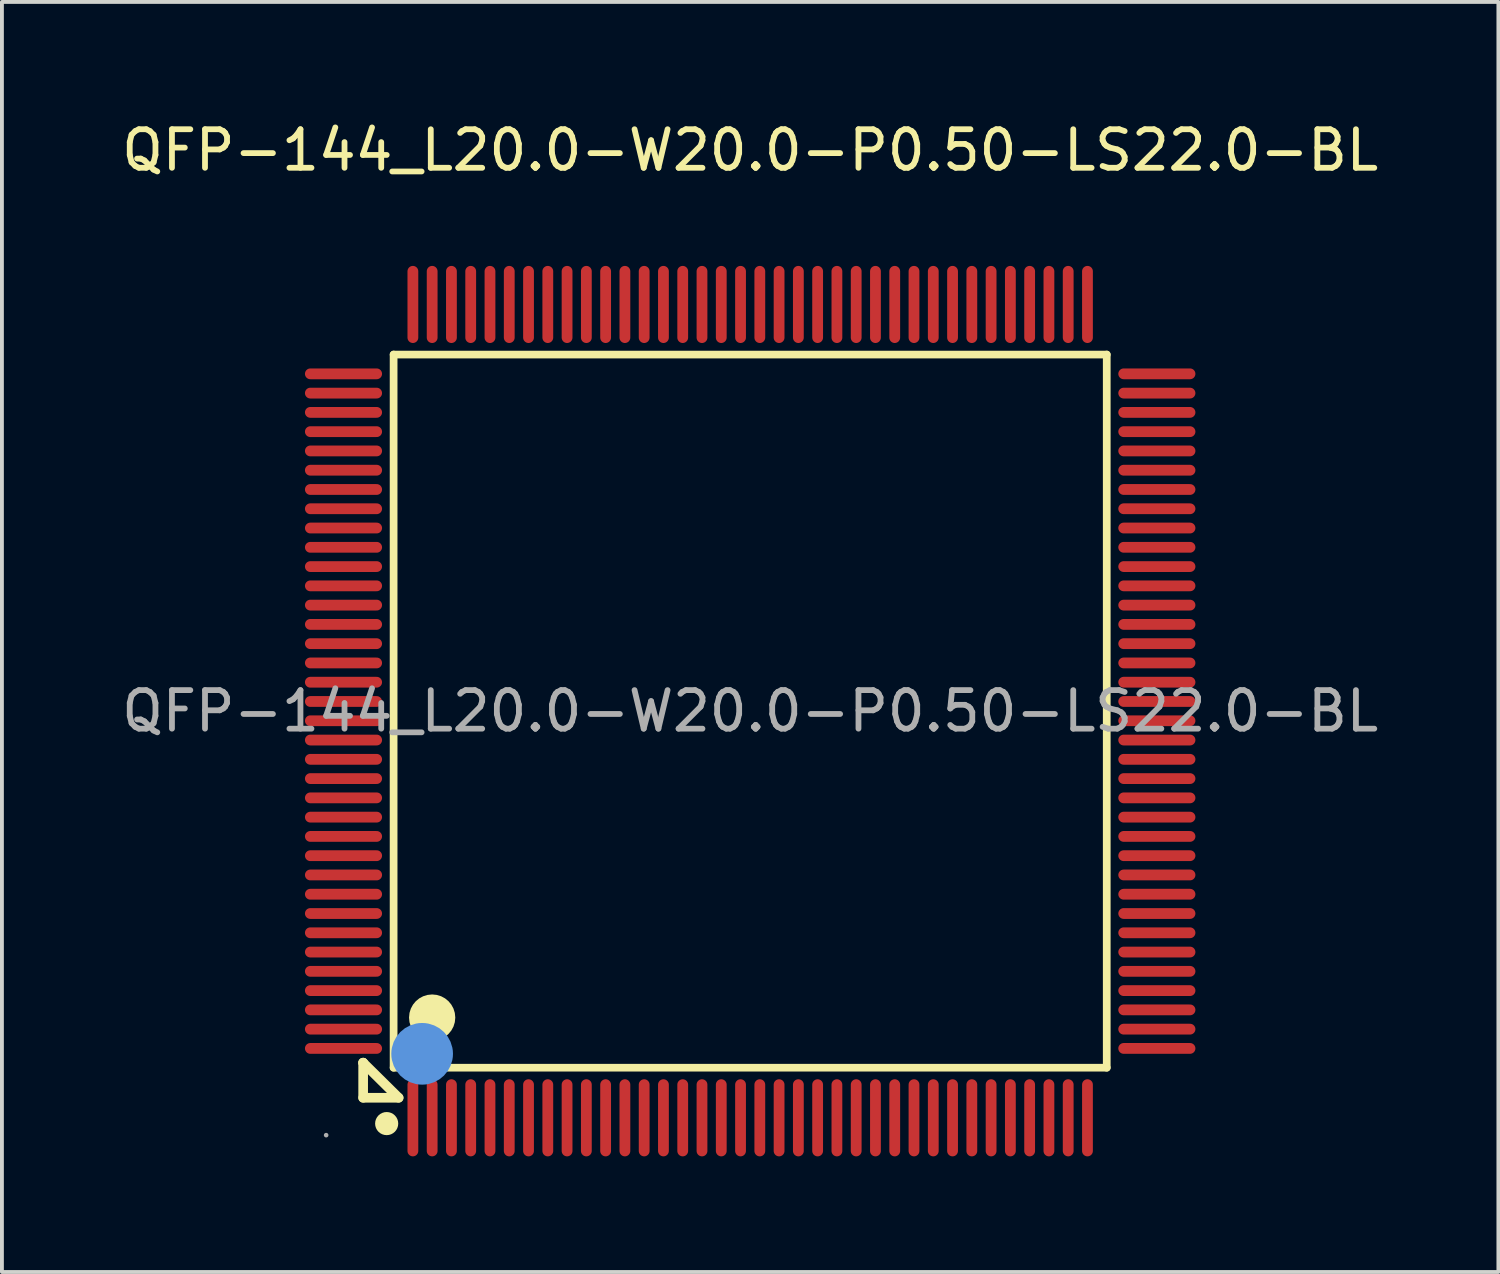
<source format=kicad_pcb>
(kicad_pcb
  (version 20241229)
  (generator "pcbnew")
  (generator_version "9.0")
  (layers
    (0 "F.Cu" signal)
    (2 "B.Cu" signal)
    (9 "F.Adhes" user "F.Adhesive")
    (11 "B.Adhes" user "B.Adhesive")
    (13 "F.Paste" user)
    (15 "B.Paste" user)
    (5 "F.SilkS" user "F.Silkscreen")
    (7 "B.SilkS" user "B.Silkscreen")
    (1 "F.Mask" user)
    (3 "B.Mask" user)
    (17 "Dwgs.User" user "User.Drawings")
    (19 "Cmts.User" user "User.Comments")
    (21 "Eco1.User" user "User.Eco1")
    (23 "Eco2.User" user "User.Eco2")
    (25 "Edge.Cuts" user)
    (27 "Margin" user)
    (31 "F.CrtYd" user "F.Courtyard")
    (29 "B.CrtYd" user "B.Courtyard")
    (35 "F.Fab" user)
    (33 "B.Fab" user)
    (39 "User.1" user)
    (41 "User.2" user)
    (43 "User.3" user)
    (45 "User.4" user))
  (footprint "QFP-144_L20.0-W20.0-P0.50-LS22.0-BL"
    (layer "F.Cu")
    (at 16.411 15.398)
    (property "Reference" "QFP-144_L20.0-W20.0-P0.50-LS22.0-BL" (at 0 -14.55 0) (layer "F.SilkS") (effects (font (size 1 1) (thickness 0.15))))
    (attr through_hole)
    (fp_line (start -10.04 9.12) (end -10.04 9.12) (stroke (width 0.25) (type solid)) (layer "F.SilkS"))
    (fp_line (start -10.04 9.12) (end -10.04 10.03) (stroke (width 0.25) (type solid)) (layer "F.SilkS"))
    (fp_line (start -10.04 9.12) (end -9.12 10.03) (stroke (width 0.25) (type solid)) (layer "F.SilkS"))
    (fp_line (start -10.04 10.03) (end -9.12 10.03) (stroke (width 0.25) (type solid)) (layer "F.SilkS"))
    (fp_line (start -9.25 -9.25) (end 9.25 -9.25) (stroke (width 0.2) (type solid)) (layer "F.SilkS"))
    (fp_line (start -9.25 9.25) (end -9.25 -9.25) (stroke (width 0.2) (type solid)) (layer "F.SilkS"))
    (fp_line (start 9.25 -9.25) (end 9.25 9.25) (stroke (width 0.2) (type solid)) (layer "F.SilkS"))
    (fp_line (start 9.25 9.25) (end -9.25 9.25) (stroke (width 0.2) (type solid)) (layer "F.SilkS"))
    (fp_arc (start -9.43 10.7) (mid -9.43 10.7) (end -9.43 10.7) (stroke (width 0.3) (type solid)) (layer "F.SilkS"))
    (fp_arc (start -8.25 7.95) (mid -8.25 7.95) (end -8.25 7.95) (stroke (width 0.6) (type solid)) (layer "F.SilkS"))
    (fp_circle (center -8.51 8.89) (end -8.11 8.89) (stroke (width 0.8) (type solid)) (fill no) (layer "Cmts.User"))
    (fp_circle (center -11 11) (end -10.97 11) (stroke (width 0.06) (type solid)) (fill no) (layer "F.Fab"))
    (fp_text user "${REFERENCE}" (at 0 0 0) (layer "F.Fab") (effects (font (size 1 1) (thickness 0.15))))
    (pad "1" smd oval (at -8.75 10.55 180) (size 0.28 2) (layers "F.Cu" "F.Mask" "F.Paste"))
    (pad "2" smd oval (at -8.25 10.55 180) (size 0.28 2) (layers "F.Cu" "F.Mask" "F.Paste"))
    (pad "3" smd oval (at -7.75 10.55 180) (size 0.28 2) (layers "F.Cu" "F.Mask" "F.Paste"))
    (pad "4" smd oval (at -7.25 10.55 180) (size 0.28 2) (layers "F.Cu" "F.Mask" "F.Paste"))
    (pad "5" smd oval (at -6.75 10.55 180) (size 0.28 2) (layers "F.Cu" "F.Mask" "F.Paste"))
    (pad "6" smd oval (at -6.25 10.55 180) (size 0.28 2) (layers "F.Cu" "F.Mask" "F.Paste"))
    (pad "7" smd oval (at -5.75 10.55 180) (size 0.28 2) (layers "F.Cu" "F.Mask" "F.Paste"))
    (pad "8" smd oval (at -5.25 10.55 180) (size 0.28 2) (layers "F.Cu" "F.Mask" "F.Paste"))
    (pad "9" smd oval (at -4.75 10.55 180) (size 0.28 2) (layers "F.Cu" "F.Mask" "F.Paste"))
    (pad "10" smd oval (at -4.25 10.55 180) (size 0.28 2) (layers "F.Cu" "F.Mask" "F.Paste"))
    (pad "11" smd oval (at -3.75 10.55 180) (size 0.28 2) (layers "F.Cu" "F.Mask" "F.Paste"))
    (pad "12" smd oval (at -3.25 10.55 180) (size 0.28 2) (layers "F.Cu" "F.Mask" "F.Paste"))
    (pad "13" smd oval (at -2.75 10.55 180) (size 0.28 2) (layers "F.Cu" "F.Mask" "F.Paste"))
    (pad "14" smd oval (at -2.25 10.55 180) (size 0.28 2) (layers "F.Cu" "F.Mask" "F.Paste"))
    (pad "15" smd oval (at -1.75 10.55 180) (size 0.28 2) (layers "F.Cu" "F.Mask" "F.Paste"))
    (pad "16" smd oval (at -1.25 10.55 180) (size 0.28 2) (layers "F.Cu" "F.Mask" "F.Paste"))
    (pad "17" smd oval (at -0.75 10.55 180) (size 0.28 2) (layers "F.Cu" "F.Mask" "F.Paste"))
    (pad "18" smd oval (at -0.25 10.55 180) (size 0.28 2) (layers "F.Cu" "F.Mask" "F.Paste"))
    (pad "19" smd oval (at 0.25 10.55 180) (size 0.28 2) (layers "F.Cu" "F.Mask" "F.Paste"))
    (pad "20" smd oval (at 0.75 10.55 180) (size 0.28 2) (layers "F.Cu" "F.Mask" "F.Paste"))
    (pad "21" smd oval (at 1.25 10.55 180) (size 0.28 2) (layers "F.Cu" "F.Mask" "F.Paste"))
    (pad "22" smd oval (at 1.75 10.55 180) (size 0.28 2) (layers "F.Cu" "F.Mask" "F.Paste"))
    (pad "23" smd oval (at 2.25 10.55 180) (size 0.28 2) (layers "F.Cu" "F.Mask" "F.Paste"))
    (pad "24" smd oval (at 2.75 10.55 180) (size 0.28 2) (layers "F.Cu" "F.Mask" "F.Paste"))
    (pad "25" smd oval (at 3.25 10.55 180) (size 0.28 2) (layers "F.Cu" "F.Mask" "F.Paste"))
    (pad "26" smd oval (at 3.75 10.55 180) (size 0.28 2) (layers "F.Cu" "F.Mask" "F.Paste"))
    (pad "27" smd oval (at 4.25 10.55 180) (size 0.28 2) (layers "F.Cu" "F.Mask" "F.Paste"))
    (pad "28" smd oval (at 4.75 10.55 180) (size 0.28 2) (layers "F.Cu" "F.Mask" "F.Paste"))
    (pad "29" smd oval (at 5.25 10.55 180) (size 0.28 2) (layers "F.Cu" "F.Mask" "F.Paste"))
    (pad "30" smd oval (at 5.75 10.55 180) (size 0.28 2) (layers "F.Cu" "F.Mask" "F.Paste"))
    (pad "31" smd oval (at 6.25 10.55 180) (size 0.28 2) (layers "F.Cu" "F.Mask" "F.Paste"))
    (pad "32" smd oval (at 6.75 10.55 180) (size 0.28 2) (layers "F.Cu" "F.Mask" "F.Paste"))
    (pad "33" smd oval (at 7.25 10.55 180) (size 0.28 2) (layers "F.Cu" "F.Mask" "F.Paste"))
    (pad "34" smd oval (at 7.75 10.55 180) (size 0.28 2) (layers "F.Cu" "F.Mask" "F.Paste"))
    (pad "35" smd oval (at 8.25 10.55 180) (size 0.28 2) (layers "F.Cu" "F.Mask" "F.Paste"))
    (pad "36" smd oval (at 8.75 10.55 180) (size 0.28 2) (layers "F.Cu" "F.Mask" "F.Paste"))
    (pad "37" smd oval (at 10.55 8.75 90) (size 0.28 2) (layers "F.Cu" "F.Mask" "F.Paste"))
    (pad "38" smd oval (at 10.55 8.25 90) (size 0.28 2) (layers "F.Cu" "F.Mask" "F.Paste"))
    (pad "39" smd oval (at 10.55 7.75 90) (size 0.28 2) (layers "F.Cu" "F.Mask" "F.Paste"))
    (pad "40" smd oval (at 10.55 7.25 90) (size 0.28 2) (layers "F.Cu" "F.Mask" "F.Paste"))
    (pad "41" smd oval (at 10.55 6.75 90) (size 0.28 2) (layers "F.Cu" "F.Mask" "F.Paste"))
    (pad "42" smd oval (at 10.55 6.25 90) (size 0.28 2) (layers "F.Cu" "F.Mask" "F.Paste"))
    (pad "43" smd oval (at 10.55 5.75 90) (size 0.28 2) (layers "F.Cu" "F.Mask" "F.Paste"))
    (pad "44" smd oval (at 10.55 5.25 90) (size 0.28 2) (layers "F.Cu" "F.Mask" "F.Paste"))
    (pad "45" smd oval (at 10.55 4.75 90) (size 0.28 2) (layers "F.Cu" "F.Mask" "F.Paste"))
    (pad "46" smd oval (at 10.55 4.25 90) (size 0.28 2) (layers "F.Cu" "F.Mask" "F.Paste"))
    (pad "47" smd oval (at 10.55 3.75 90) (size 0.28 2) (layers "F.Cu" "F.Mask" "F.Paste"))
    (pad "48" smd oval (at 10.55 3.25 90) (size 0.28 2) (layers "F.Cu" "F.Mask" "F.Paste"))
    (pad "49" smd oval (at 10.55 2.75 90) (size 0.28 2) (layers "F.Cu" "F.Mask" "F.Paste"))
    (pad "50" smd oval (at 10.55 2.25 90) (size 0.28 2) (layers "F.Cu" "F.Mask" "F.Paste"))
    (pad "51" smd oval (at 10.55 1.75 90) (size 0.28 2) (layers "F.Cu" "F.Mask" "F.Paste"))
    (pad "52" smd oval (at 10.55 1.25 90) (size 0.28 2) (layers "F.Cu" "F.Mask" "F.Paste"))
    (pad "53" smd oval (at 10.55 0.75 90) (size 0.28 2) (layers "F.Cu" "F.Mask" "F.Paste"))
    (pad "54" smd oval (at 10.55 0.25 90) (size 0.28 2) (layers "F.Cu" "F.Mask" "F.Paste"))
    (pad "55" smd oval (at 10.55 -0.25 90) (size 0.28 2) (layers "F.Cu" "F.Mask" "F.Paste"))
    (pad "56" smd oval (at 10.55 -0.75 90) (size 0.28 2) (layers "F.Cu" "F.Mask" "F.Paste"))
    (pad "57" smd oval (at 10.55 -1.25 90) (size 0.28 2) (layers "F.Cu" "F.Mask" "F.Paste"))
    (pad "58" smd oval (at 10.55 -1.75 90) (size 0.28 2) (layers "F.Cu" "F.Mask" "F.Paste"))
    (pad "59" smd oval (at 10.55 -2.25 90) (size 0.28 2) (layers "F.Cu" "F.Mask" "F.Paste"))
    (pad "60" smd oval (at 10.55 -2.75 90) (size 0.28 2) (layers "F.Cu" "F.Mask" "F.Paste"))
    (pad "61" smd oval (at 10.55 -3.25 90) (size 0.28 2) (layers "F.Cu" "F.Mask" "F.Paste"))
    (pad "62" smd oval (at 10.55 -3.75 90) (size 0.28 2) (layers "F.Cu" "F.Mask" "F.Paste"))
    (pad "63" smd oval (at 10.55 -4.25 90) (size 0.28 2) (layers "F.Cu" "F.Mask" "F.Paste"))
    (pad "64" smd oval (at 10.55 -4.75 90) (size 0.28 2) (layers "F.Cu" "F.Mask" "F.Paste"))
    (pad "65" smd oval (at 10.55 -5.25 90) (size 0.28 2) (layers "F.Cu" "F.Mask" "F.Paste"))
    (pad "66" smd oval (at 10.55 -5.75 90) (size 0.28 2) (layers "F.Cu" "F.Mask" "F.Paste"))
    (pad "67" smd oval (at 10.55 -6.25 90) (size 0.28 2) (layers "F.Cu" "F.Mask" "F.Paste"))
    (pad "68" smd oval (at 10.55 -6.75 90) (size 0.28 2) (layers "F.Cu" "F.Mask" "F.Paste"))
    (pad "69" smd oval (at 10.55 -7.25 90) (size 0.28 2) (layers "F.Cu" "F.Mask" "F.Paste"))
    (pad "70" smd oval (at 10.55 -7.75 90) (size 0.28 2) (layers "F.Cu" "F.Mask" "F.Paste"))
    (pad "71" smd oval (at 10.55 -8.25 90) (size 0.28 2) (layers "F.Cu" "F.Mask" "F.Paste"))
    (pad "72" smd oval (at 10.55 -8.75 90) (size 0.28 2) (layers "F.Cu" "F.Mask" "F.Paste"))
    (pad "73" smd oval (at 8.75 -10.55 180) (size 0.28 2) (layers "F.Cu" "F.Mask" "F.Paste"))
    (pad "74" smd oval (at 8.25 -10.55 180) (size 0.28 2) (layers "F.Cu" "F.Mask" "F.Paste"))
    (pad "75" smd oval (at 7.75 -10.55 180) (size 0.28 2) (layers "F.Cu" "F.Mask" "F.Paste"))
    (pad "76" smd oval (at 7.25 -10.55 180) (size 0.28 2) (layers "F.Cu" "F.Mask" "F.Paste"))
    (pad "77" smd oval (at 6.75 -10.55 180) (size 0.28 2) (layers "F.Cu" "F.Mask" "F.Paste"))
    (pad "78" smd oval (at 6.25 -10.55 180) (size 0.28 2) (layers "F.Cu" "F.Mask" "F.Paste"))
    (pad "79" smd oval (at 5.75 -10.55 180) (size 0.28 2) (layers "F.Cu" "F.Mask" "F.Paste"))
    (pad "80" smd oval (at 5.25 -10.55 180) (size 0.28 2) (layers "F.Cu" "F.Mask" "F.Paste"))
    (pad "81" smd oval (at 4.75 -10.55 180) (size 0.28 2) (layers "F.Cu" "F.Mask" "F.Paste"))
    (pad "82" smd oval (at 4.25 -10.55 180) (size 0.28 2) (layers "F.Cu" "F.Mask" "F.Paste"))
    (pad "83" smd oval (at 3.75 -10.55 180) (size 0.28 2) (layers "F.Cu" "F.Mask" "F.Paste"))
    (pad "84" smd oval (at 3.25 -10.55 180) (size 0.28 2) (layers "F.Cu" "F.Mask" "F.Paste"))
    (pad "85" smd oval (at 2.75 -10.55 180) (size 0.28 2) (layers "F.Cu" "F.Mask" "F.Paste"))
    (pad "86" smd oval (at 2.25 -10.55 180) (size 0.28 2) (layers "F.Cu" "F.Mask" "F.Paste"))
    (pad "87" smd oval (at 1.75 -10.55 180) (size 0.28 2) (layers "F.Cu" "F.Mask" "F.Paste"))
    (pad "88" smd oval (at 1.25 -10.55 180) (size 0.28 2) (layers "F.Cu" "F.Mask" "F.Paste"))
    (pad "89" smd oval (at 0.75 -10.55 180) (size 0.28 2) (layers "F.Cu" "F.Mask" "F.Paste"))
    (pad "90" smd oval (at 0.25 -10.55 180) (size 0.28 2) (layers "F.Cu" "F.Mask" "F.Paste"))
    (pad "91" smd oval (at -0.25 -10.55 180) (size 0.28 2) (layers "F.Cu" "F.Mask" "F.Paste"))
    (pad "92" smd oval (at -0.75 -10.55 180) (size 0.28 2) (layers "F.Cu" "F.Mask" "F.Paste"))
    (pad "93" smd oval (at -1.25 -10.55 180) (size 0.28 2) (layers "F.Cu" "F.Mask" "F.Paste"))
    (pad "94" smd oval (at -1.75 -10.55 180) (size 0.28 2) (layers "F.Cu" "F.Mask" "F.Paste"))
    (pad "95" smd oval (at -2.25 -10.55 180) (size 0.28 2) (layers "F.Cu" "F.Mask" "F.Paste"))
    (pad "96" smd oval (at -2.75 -10.55 180) (size 0.28 2) (layers "F.Cu" "F.Mask" "F.Paste"))
    (pad "97" smd oval (at -3.25 -10.55 180) (size 0.28 2) (layers "F.Cu" "F.Mask" "F.Paste"))
    (pad "98" smd oval (at -3.75 -10.55 180) (size 0.28 2) (layers "F.Cu" "F.Mask" "F.Paste"))
    (pad "99" smd oval (at -4.25 -10.55 180) (size 0.28 2) (layers "F.Cu" "F.Mask" "F.Paste"))
    (pad "100" smd oval (at -4.75 -10.55 180) (size 0.28 2) (layers "F.Cu" "F.Mask" "F.Paste"))
    (pad "101" smd oval (at -5.25 -10.55 180) (size 0.28 2) (layers "F.Cu" "F.Mask" "F.Paste"))
    (pad "102" smd oval (at -5.75 -10.55 180) (size 0.28 2) (layers "F.Cu" "F.Mask" "F.Paste"))
    (pad "103" smd oval (at -6.25 -10.55 180) (size 0.28 2) (layers "F.Cu" "F.Mask" "F.Paste"))
    (pad "104" smd oval (at -6.75 -10.55 180) (size 0.28 2) (layers "F.Cu" "F.Mask" "F.Paste"))
    (pad "105" smd oval (at -7.25 -10.55 180) (size 0.28 2) (layers "F.Cu" "F.Mask" "F.Paste"))
    (pad "106" smd oval (at -7.75 -10.55 180) (size 0.28 2) (layers "F.Cu" "F.Mask" "F.Paste"))
    (pad "107" smd oval (at -8.25 -10.55 180) (size 0.28 2) (layers "F.Cu" "F.Mask" "F.Paste"))
    (pad "108" smd oval (at -8.75 -10.55 180) (size 0.28 2) (layers "F.Cu" "F.Mask" "F.Paste"))
    (pad "109" smd oval (at -10.55 -8.75 90) (size 0.28 2) (layers "F.Cu" "F.Mask" "F.Paste"))
    (pad "110" smd oval (at -10.55 -8.25 90) (size 0.28 2) (layers "F.Cu" "F.Mask" "F.Paste"))
    (pad "111" smd oval (at -10.55 -7.75 90) (size 0.28 2) (layers "F.Cu" "F.Mask" "F.Paste"))
    (pad "112" smd oval (at -10.55 -7.25 90) (size 0.28 2) (layers "F.Cu" "F.Mask" "F.Paste"))
    (pad "113" smd oval (at -10.55 -6.75 90) (size 0.28 2) (layers "F.Cu" "F.Mask" "F.Paste"))
    (pad "114" smd oval (at -10.55 -6.25 90) (size 0.28 2) (layers "F.Cu" "F.Mask" "F.Paste"))
    (pad "115" smd oval (at -10.55 -5.75 90) (size 0.28 2) (layers "F.Cu" "F.Mask" "F.Paste"))
    (pad "116" smd oval (at -10.55 -5.25 90) (size 0.28 2) (layers "F.Cu" "F.Mask" "F.Paste"))
    (pad "117" smd oval (at -10.55 -4.75 90) (size 0.28 2) (layers "F.Cu" "F.Mask" "F.Paste"))
    (pad "118" smd oval (at -10.55 -4.25 90) (size 0.28 2) (layers "F.Cu" "F.Mask" "F.Paste"))
    (pad "119" smd oval (at -10.55 -3.75 90) (size 0.28 2) (layers "F.Cu" "F.Mask" "F.Paste"))
    (pad "120" smd oval (at -10.55 -3.25 90) (size 0.28 2) (layers "F.Cu" "F.Mask" "F.Paste"))
    (pad "121" smd oval (at -10.55 -2.75 90) (size 0.28 2) (layers "F.Cu" "F.Mask" "F.Paste"))
    (pad "122" smd oval (at -10.55 -2.25 90) (size 0.28 2) (layers "F.Cu" "F.Mask" "F.Paste"))
    (pad "123" smd oval (at -10.55 -1.75 90) (size 0.28 2) (layers "F.Cu" "F.Mask" "F.Paste"))
    (pad "124" smd oval (at -10.55 -1.25 90) (size 0.28 2) (layers "F.Cu" "F.Mask" "F.Paste"))
    (pad "125" smd oval (at -10.55 -0.75 90) (size 0.28 2) (layers "F.Cu" "F.Mask" "F.Paste"))
    (pad "126" smd oval (at -10.55 -0.25 90) (size 0.28 2) (layers "F.Cu" "F.Mask" "F.Paste"))
    (pad "127" smd oval (at -10.55 0.25 90) (size 0.28 2) (layers "F.Cu" "F.Mask" "F.Paste"))
    (pad "128" smd oval (at -10.55 0.75 90) (size 0.28 2) (layers "F.Cu" "F.Mask" "F.Paste"))
    (pad "129" smd oval (at -10.55 1.25 90) (size 0.28 2) (layers "F.Cu" "F.Mask" "F.Paste"))
    (pad "130" smd oval (at -10.55 1.75 90) (size 0.28 2) (layers "F.Cu" "F.Mask" "F.Paste"))
    (pad "131" smd oval (at -10.55 2.25 90) (size 0.28 2) (layers "F.Cu" "F.Mask" "F.Paste"))
    (pad "132" smd oval (at -10.55 2.75 90) (size 0.28 2) (layers "F.Cu" "F.Mask" "F.Paste"))
    (pad "133" smd oval (at -10.55 3.25 90) (size 0.28 2) (layers "F.Cu" "F.Mask" "F.Paste"))
    (pad "134" smd oval (at -10.55 3.75 90) (size 0.28 2) (layers "F.Cu" "F.Mask" "F.Paste"))
    (pad "135" smd oval (at -10.55 4.25 90) (size 0.28 2) (layers "F.Cu" "F.Mask" "F.Paste"))
    (pad "136" smd oval (at -10.55 4.75 90) (size 0.28 2) (layers "F.Cu" "F.Mask" "F.Paste"))
    (pad "137" smd oval (at -10.55 5.25 90) (size 0.28 2) (layers "F.Cu" "F.Mask" "F.Paste"))
    (pad "138" smd oval (at -10.55 5.75 90) (size 0.28 2) (layers "F.Cu" "F.Mask" "F.Paste"))
    (pad "139" smd oval (at -10.55 6.25 90) (size 0.28 2) (layers "F.Cu" "F.Mask" "F.Paste"))
    (pad "140" smd oval (at -10.55 6.75 90) (size 0.28 2) (layers "F.Cu" "F.Mask" "F.Paste"))
    (pad "141" smd oval (at -10.55 7.25 90) (size 0.28 2) (layers "F.Cu" "F.Mask" "F.Paste"))
    (pad "142" smd oval (at -10.55 7.75 90) (size 0.28 2) (layers "F.Cu" "F.Mask" "F.Paste"))
    (pad "143" smd oval (at -10.55 8.25 90) (size 0.28 2) (layers "F.Cu" "F.Mask" "F.Paste"))
    (pad "144" smd oval (at -10.55 8.75 90) (size 0.28 2) (layers "F.Cu" "F.Mask" "F.Paste")))
  (gr_rect
    (start -3 -3)
    (end 35.821 29.948)
    (stroke (width 0.1) (type default))
    (fill no)
    (layer "Edge.Cuts")))
</source>
